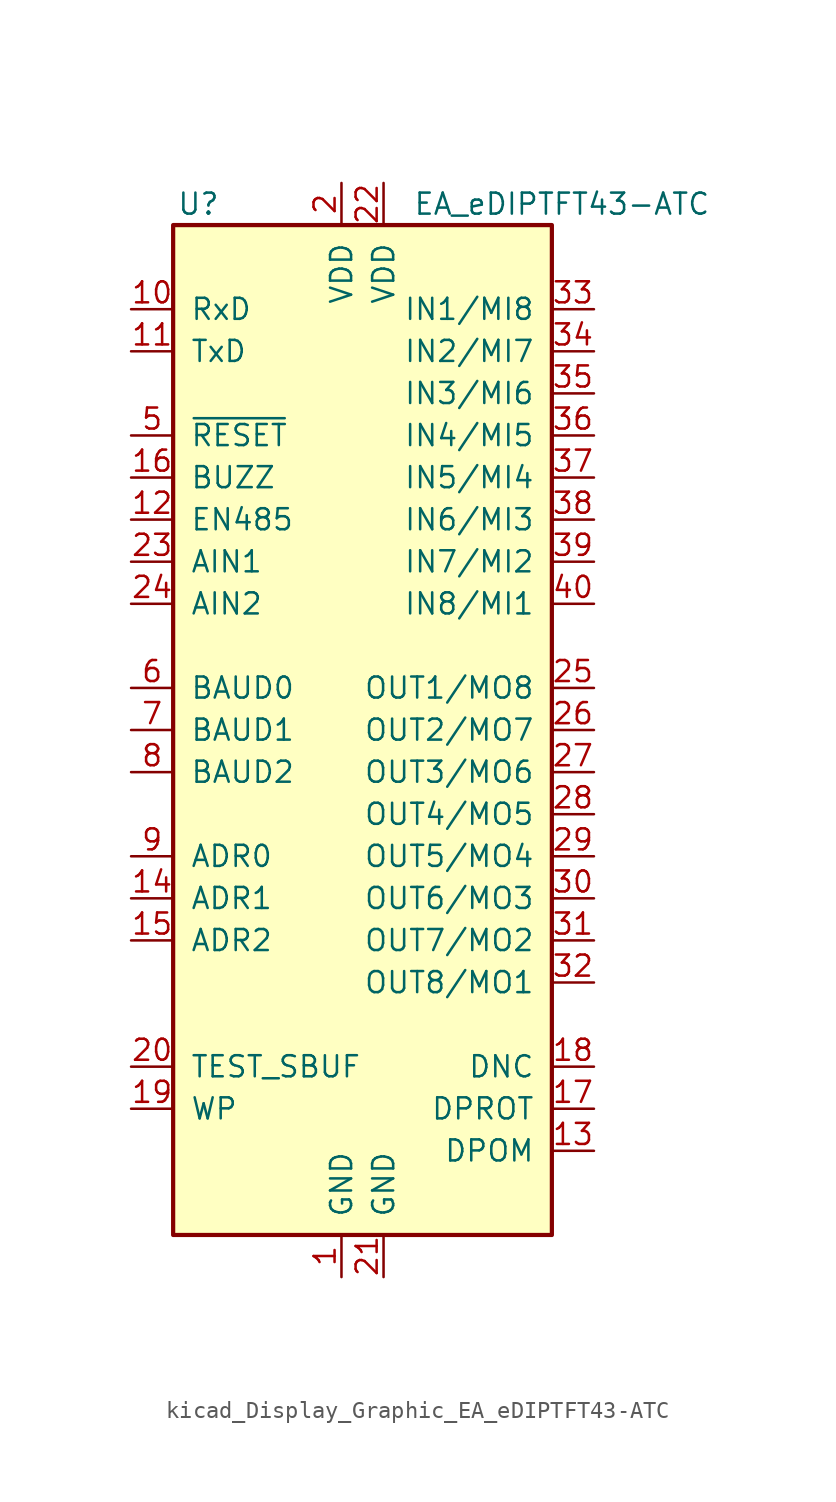
<source format=kicad_sym>
(kicad_symbol_lib
  (version 20220914)
  (generator kicad_symbol_editor)
  (symbol "kicad_Display_Graphic_EA_eDIPTFT43-ATC"
    (pin_names
      (offset 1.016))
    (property "Reference" "U"
      (at -11.176 31.75 0)
      (effects (font (size 1.27 1.27))))
    (property "Value" "EA_eDIPTFT43-ATC"
      (at 1.778 31.75 0)
      (effects (font (size 1.27 1.27)) (justify left)))
    (symbol "kicad_Display_Graphic_EA_eDIPTFT43-ATC_0_1"
      (rectangle (start -12.7 30.48) (end 10.16 -30.48) (stroke (width 0.254) (type default)) (fill (type background))))
    (symbol "kicad_Display_Graphic_EA_eDIPTFT43-ATC_1_1"
      (pin power_in line (at -2.54 -33.02 90) (length 2.54) (name "GND" (effects (font (size 1.27 1.27)))) (number "1" (effects (font (size 1.27 1.27)))))
      (pin input line (at -15.24 25.4 0) (length 2.54) (name "RxD" (effects (font (size 1.27 1.27)))) (number "10" (effects (font (size 1.27 1.27)))))
      (pin output line (at -15.24 22.86 0) (length 2.54) (name "TxD" (effects (font (size 1.27 1.27)))) (number "11" (effects (font (size 1.27 1.27)))))
      (pin output line (at -15.24 12.7 0) (length 2.54) (name "EN485" (effects (font (size 1.27 1.27)))) (number "12" (effects (font (size 1.27 1.27)))))
      (pin input line (at 12.7 -25.4 180) (length 2.54) (name "DPOM" (effects (font (size 1.27 1.27)))) (number "13" (effects (font (size 1.27 1.27)))))
      (pin input line (at -15.24 -10.16 0) (length 2.54) (name "ADR1" (effects (font (size 1.27 1.27)))) (number "14" (effects (font (size 1.27 1.27)))))
      (pin input line (at -15.24 -12.7 0) (length 2.54) (name "ADR2" (effects (font (size 1.27 1.27)))) (number "15" (effects (font (size 1.27 1.27)))))
      (pin output line (at -15.24 15.24 0) (length 2.54) (name "BUZZ" (effects (font (size 1.27 1.27)))) (number "16" (effects (font (size 1.27 1.27)))))
      (pin input line (at 12.7 -22.86 180) (length 2.54) (name "DPROT" (effects (font (size 1.27 1.27)))) (number "17" (effects (font (size 1.27 1.27)))))
      (pin output line (at 12.7 -20.32 180) (length 2.54) (name "DNC" (effects (font (size 1.27 1.27)))) (number "18" (effects (font (size 1.27 1.27)))))
      (pin input line (at -15.24 -22.86 0) (length 2.54) (name "WP" (effects (font (size 1.27 1.27)))) (number "19" (effects (font (size 1.27 1.27)))))
      (pin power_in line (at -2.54 33.02 270) (length 2.54) (name "VDD" (effects (font (size 1.27 1.27)))) (number "2" (effects (font (size 1.27 1.27)))))
      (pin bidirectional line (at -15.24 -20.32 0) (length 2.54) (name "TEST_SBUF" (effects (font (size 1.27 1.27)))) (number "20" (effects (font (size 1.27 1.27)))))
      (pin power_in line (at 0 -33.02 90) (length 2.54) (name "GND" (effects (font (size 1.27 1.27)))) (number "21" (effects (font (size 1.27 1.27)))))
      (pin power_in line (at 0 33.02 270) (length 2.54) (name "VDD" (effects (font (size 1.27 1.27)))) (number "22" (effects (font (size 1.27 1.27)))))
      (pin input line (at -15.24 10.16 0) (length 2.54) (name "AIN1" (effects (font (size 1.27 1.27)))) (number "23" (effects (font (size 1.27 1.27)))))
      (pin input line (at -15.24 7.62 0) (length 2.54) (name "AIN2" (effects (font (size 1.27 1.27)))) (number "24" (effects (font (size 1.27 1.27)))))
      (pin output line (at 12.7 2.54 180) (length 2.54) (name "OUT1/MO8" (effects (font (size 1.27 1.27)))) (number "25" (effects (font (size 1.27 1.27)))))
      (pin output line (at 12.7 0 180) (length 2.54) (name "OUT2/MO7" (effects (font (size 1.27 1.27)))) (number "26" (effects (font (size 1.27 1.27)))))
      (pin output line (at 12.7 -2.54 180) (length 2.54) (name "OUT3/MO6" (effects (font (size 1.27 1.27)))) (number "27" (effects (font (size 1.27 1.27)))))
      (pin output line (at 12.7 -5.08 180) (length 2.54) (name "OUT4/MO5" (effects (font (size 1.27 1.27)))) (number "28" (effects (font (size 1.27 1.27)))))
      (pin output line (at 12.7 -7.62 180) (length 2.54) (name "OUT5/MO4" (effects (font (size 1.27 1.27)))) (number "29" (effects (font (size 1.27 1.27)))))
      (pin no_connect line (at 10.16 -27.94 180) (length 2.54) hide (name "NC" (effects (font (size 1.27 1.27)))) (number "3" (effects (font (size 1.27 1.27)))))
      (pin output line (at 12.7 -10.16 180) (length 2.54) (name "OUT6/MO3" (effects (font (size 1.27 1.27)))) (number "30" (effects (font (size 1.27 1.27)))))
      (pin output line (at 12.7 -12.7 180) (length 2.54) (name "OUT7/MO2" (effects (font (size 1.27 1.27)))) (number "31" (effects (font (size 1.27 1.27)))))
      (pin output line (at 12.7 -15.24 180) (length 2.54) (name "OUT8/MO1" (effects (font (size 1.27 1.27)))) (number "32" (effects (font (size 1.27 1.27)))))
      (pin input line (at 12.7 25.4 180) (length 2.54) (name "IN1/MI8" (effects (font (size 1.27 1.27)))) (number "33" (effects (font (size 1.27 1.27)))))
      (pin input line (at 12.7 22.86 180) (length 2.54) (name "IN2/MI7" (effects (font (size 1.27 1.27)))) (number "34" (effects (font (size 1.27 1.27)))))
      (pin input line (at 12.7 20.32 180) (length 2.54) (name "IN3/MI6" (effects (font (size 1.27 1.27)))) (number "35" (effects (font (size 1.27 1.27)))))
      (pin input line (at 12.7 17.78 180) (length 2.54) (name "IN4/MI5" (effects (font (size 1.27 1.27)))) (number "36" (effects (font (size 1.27 1.27)))))
      (pin input line (at 12.7 15.24 180) (length 2.54) (name "IN5/MI4" (effects (font (size 1.27 1.27)))) (number "37" (effects (font (size 1.27 1.27)))))
      (pin input line (at 12.7 12.7 180) (length 2.54) (name "IN6/MI3" (effects (font (size 1.27 1.27)))) (number "38" (effects (font (size 1.27 1.27)))))
      (pin input line (at 12.7 10.16 180) (length 2.54) (name "IN7/MI2" (effects (font (size 1.27 1.27)))) (number "39" (effects (font (size 1.27 1.27)))))
      (pin no_connect line (at -12.7 -27.94 0) (length 2.54) hide (name "NC" (effects (font (size 1.27 1.27)))) (number "4" (effects (font (size 1.27 1.27)))))
      (pin input line (at 12.7 7.62 180) (length 2.54) (name "IN8/MI1" (effects (font (size 1.27 1.27)))) (number "40" (effects (font (size 1.27 1.27)))))
      (pin input line (at -15.24 17.78 0) (length 2.54) (name "~{RESET}" (effects (font (size 1.27 1.27)))) (number "5" (effects (font (size 1.27 1.27)))))
      (pin input line (at -15.24 2.54 0) (length 2.54) (name "BAUD0" (effects (font (size 1.27 1.27)))) (number "6" (effects (font (size 1.27 1.27)))))
      (pin input line (at -15.24 0 0) (length 2.54) (name "BAUD1" (effects (font (size 1.27 1.27)))) (number "7" (effects (font (size 1.27 1.27)))))
      (pin input line (at -15.24 -2.54 0) (length 2.54) (name "BAUD2" (effects (font (size 1.27 1.27)))) (number "8" (effects (font (size 1.27 1.27)))))
      (pin input line (at -15.24 -7.62 0) (length 2.54) (name "ADR0" (effects (font (size 1.27 1.27)))) (number "9" (effects (font (size 1.27 1.27))))))))
</source>
